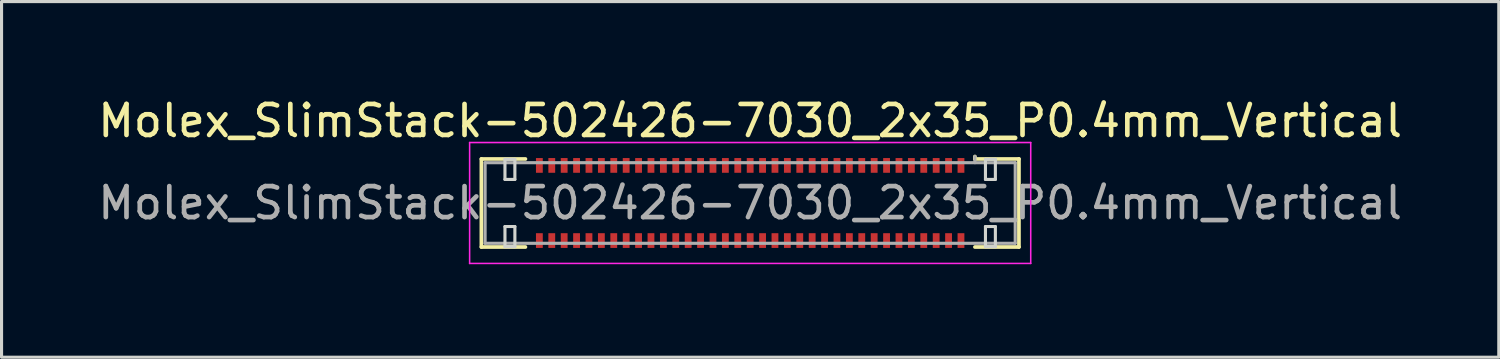
<source format=kicad_pcb>
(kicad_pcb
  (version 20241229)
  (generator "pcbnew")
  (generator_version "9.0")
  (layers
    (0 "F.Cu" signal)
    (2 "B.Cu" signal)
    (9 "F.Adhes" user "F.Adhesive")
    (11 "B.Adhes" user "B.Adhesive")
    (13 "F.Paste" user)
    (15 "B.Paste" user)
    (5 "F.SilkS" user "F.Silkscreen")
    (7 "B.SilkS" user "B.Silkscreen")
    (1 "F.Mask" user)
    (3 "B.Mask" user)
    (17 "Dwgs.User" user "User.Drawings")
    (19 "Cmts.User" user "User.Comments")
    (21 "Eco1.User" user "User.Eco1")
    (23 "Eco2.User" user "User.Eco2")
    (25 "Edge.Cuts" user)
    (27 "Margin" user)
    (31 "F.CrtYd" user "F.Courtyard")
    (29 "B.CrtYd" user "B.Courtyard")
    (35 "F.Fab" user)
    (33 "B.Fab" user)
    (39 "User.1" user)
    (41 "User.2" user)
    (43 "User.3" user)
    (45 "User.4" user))
  (footprint "Molex_SlimStack-502426-7030_2x35_P0.4mm_Vertical"
    (layer "F.Cu")
    (at 21.149 3.498)
    (property "Reference" "Molex_SlimStack-502426-7030_2x35_P0.4mm_Vertical" (at 0 -2.65 0) (layer "F.SilkS") (effects (font (size 1 1) (thickness 0.15))))
    (attr smd)
    (fp_line (start -8.67 -1.42) (end -7.25 -1.42) (stroke (width 0.12) (type solid)) (layer "F.SilkS"))
    (fp_line (start -8.67 1.42) (end -8.67 -1.42) (stroke (width 0.12) (type solid)) (layer "F.SilkS"))
    (fp_line (start -7.25 1.42) (end -8.67 1.42) (stroke (width 0.12) (type solid)) (layer "F.SilkS"))
    (fp_line (start 7.25 -1.42) (end 7.25 -1.5) (stroke (width 0.12) (type solid)) (layer "F.SilkS"))
    (fp_line (start 7.25 1.42) (end 8.67 1.42) (stroke (width 0.12) (type solid)) (layer "F.SilkS"))
    (fp_line (start 8.67 -1.42) (end 7.25 -1.42) (stroke (width 0.12) (type solid)) (layer "F.SilkS"))
    (fp_line (start 8.67 1.42) (end 8.67 -1.42) (stroke (width 0.12) (type solid)) (layer "F.SilkS"))
    (fp_line (start -7.91 -1.41) (end -7.91 -0.76) (stroke (width 0.1) (type solid)) (layer "Edge.Cuts"))
    (fp_line (start -7.91 -0.76) (end -7.59 -0.76) (stroke (width 0.1) (type solid)) (layer "Edge.Cuts"))
    (fp_line (start -7.91 0.76) (end -7.91 1.41) (stroke (width 0.1) (type solid)) (layer "Edge.Cuts"))
    (fp_line (start -7.91 1.41) (end -7.59 1.41) (stroke (width 0.1) (type solid)) (layer "Edge.Cuts"))
    (fp_line (start -7.59 -1.41) (end -7.91 -1.41) (stroke (width 0.1) (type solid)) (layer "Edge.Cuts"))
    (fp_line (start -7.59 -0.76) (end -7.59 -1.41) (stroke (width 0.1) (type solid)) (layer "Edge.Cuts"))
    (fp_line (start -7.59 0.76) (end -7.91 0.76) (stroke (width 0.1) (type solid)) (layer "Edge.Cuts"))
    (fp_line (start -7.59 1.41) (end -7.59 0.76) (stroke (width 0.1) (type solid)) (layer "Edge.Cuts"))
    (fp_line (start 7.59 -1.41) (end 7.59 -0.76) (stroke (width 0.1) (type solid)) (layer "Edge.Cuts"))
    (fp_line (start 7.59 -0.76) (end 7.91 -0.76) (stroke (width 0.1) (type solid)) (layer "Edge.Cuts"))
    (fp_line (start 7.59 0.76) (end 7.59 1.41) (stroke (width 0.1) (type solid)) (layer "Edge.Cuts"))
    (fp_line (start 7.59 1.41) (end 7.91 1.41) (stroke (width 0.1) (type solid)) (layer "Edge.Cuts"))
    (fp_line (start 7.91 -1.41) (end 7.59 -1.41) (stroke (width 0.1) (type solid)) (layer "Edge.Cuts"))
    (fp_line (start 7.91 -0.76) (end 7.91 -1.41) (stroke (width 0.1) (type solid)) (layer "Edge.Cuts"))
    (fp_line (start 7.91 0.76) (end 7.59 0.76) (stroke (width 0.1) (type solid)) (layer "Edge.Cuts"))
    (fp_line (start 7.91 1.41) (end 7.91 0.76) (stroke (width 0.1) (type solid)) (layer "Edge.Cuts"))
    (fp_line (start -9.05 -1.95) (end -9.05 1.95) (stroke (width 0.05) (type solid)) (layer "F.CrtYd"))
    (fp_line (start -9.05 1.95) (end 9.05 1.95) (stroke (width 0.05) (type solid)) (layer "F.CrtYd"))
    (fp_line (start 9.05 -1.95) (end -9.05 -1.95) (stroke (width 0.05) (type solid)) (layer "F.CrtYd"))
    (fp_line (start 9.05 1.95) (end 9.05 -1.95) (stroke (width 0.05) (type solid)) (layer "F.CrtYd"))
    (fp_line (start -8.55 -1.3) (end -8.55 1.3) (stroke (width 0.1) (type solid)) (layer "F.Fab"))
    (fp_line (start -8.55 1.3) (end 8.55 1.3) (stroke (width 0.1) (type solid)) (layer "F.Fab"))
    (fp_line (start 7.25 -1.3) (end 7.25 -1.5) (stroke (width 0.1) (type solid)) (layer "F.Fab"))
    (fp_line (start 8.55 -1.3) (end -8.55 -1.3) (stroke (width 0.1) (type solid)) (layer "F.Fab"))
    (fp_line (start 8.55 1.3) (end 8.55 -1.3) (stroke (width 0.1) (type solid)) (layer "F.Fab"))
    (fp_text user "${REFERENCE}" (at 0 0 0) (layer "F.Fab") (effects (font (size 1 1) (thickness 0.15))))
    (pad "1" smd rect (at 6.8 -1.212) (size 0.22 0.475) (layers "F.Cu" "F.Mask" "F.Paste"))
    (pad "2" smd rect (at 6.8 1.212) (size 0.22 0.475) (layers "F.Cu" "F.Mask" "F.Paste"))
    (pad "3" smd rect (at 6.4 -1.212) (size 0.22 0.475) (layers "F.Cu" "F.Mask" "F.Paste"))
    (pad "4" smd rect (at 6.4 1.212) (size 0.22 0.475) (layers "F.Cu" "F.Mask" "F.Paste"))
    (pad "5" smd rect (at 6 -1.212) (size 0.22 0.475) (layers "F.Cu" "F.Mask" "F.Paste"))
    (pad "6" smd rect (at 6 1.212) (size 0.22 0.475) (layers "F.Cu" "F.Mask" "F.Paste"))
    (pad "7" smd rect (at 5.6 -1.212) (size 0.22 0.475) (layers "F.Cu" "F.Mask" "F.Paste"))
    (pad "8" smd rect (at 5.6 1.212) (size 0.22 0.475) (layers "F.Cu" "F.Mask" "F.Paste"))
    (pad "9" smd rect (at 5.2 -1.212) (size 0.22 0.475) (layers "F.Cu" "F.Mask" "F.Paste"))
    (pad "10" smd rect (at 5.2 1.212) (size 0.22 0.475) (layers "F.Cu" "F.Mask" "F.Paste"))
    (pad "11" smd rect (at 4.8 -1.212) (size 0.22 0.475) (layers "F.Cu" "F.Mask" "F.Paste"))
    (pad "12" smd rect (at 4.8 1.212) (size 0.22 0.475) (layers "F.Cu" "F.Mask" "F.Paste"))
    (pad "13" smd rect (at 4.4 -1.212) (size 0.22 0.475) (layers "F.Cu" "F.Mask" "F.Paste"))
    (pad "14" smd rect (at 4.4 1.212) (size 0.22 0.475) (layers "F.Cu" "F.Mask" "F.Paste"))
    (pad "15" smd rect (at 4 -1.212) (size 0.22 0.475) (layers "F.Cu" "F.Mask" "F.Paste"))
    (pad "16" smd rect (at 4 1.212) (size 0.22 0.475) (layers "F.Cu" "F.Mask" "F.Paste"))
    (pad "17" smd rect (at 3.6 -1.212) (size 0.22 0.475) (layers "F.Cu" "F.Mask" "F.Paste"))
    (pad "18" smd rect (at 3.6 1.212) (size 0.22 0.475) (layers "F.Cu" "F.Mask" "F.Paste"))
    (pad "19" smd rect (at 3.2 -1.212) (size 0.22 0.475) (layers "F.Cu" "F.Mask" "F.Paste"))
    (pad "20" smd rect (at 3.2 1.212) (size 0.22 0.475) (layers "F.Cu" "F.Mask" "F.Paste"))
    (pad "21" smd rect (at 2.8 -1.212) (size 0.22 0.475) (layers "F.Cu" "F.Mask" "F.Paste"))
    (pad "22" smd rect (at 2.8 1.212) (size 0.22 0.475) (layers "F.Cu" "F.Mask" "F.Paste"))
    (pad "23" smd rect (at 2.4 -1.212) (size 0.22 0.475) (layers "F.Cu" "F.Mask" "F.Paste"))
    (pad "24" smd rect (at 2.4 1.212) (size 0.22 0.475) (layers "F.Cu" "F.Mask" "F.Paste"))
    (pad "25" smd rect (at 2 -1.212) (size 0.22 0.475) (layers "F.Cu" "F.Mask" "F.Paste"))
    (pad "26" smd rect (at 2 1.212) (size 0.22 0.475) (layers "F.Cu" "F.Mask" "F.Paste"))
    (pad "27" smd rect (at 1.6 -1.212) (size 0.22 0.475) (layers "F.Cu" "F.Mask" "F.Paste"))
    (pad "28" smd rect (at 1.6 1.212) (size 0.22 0.475) (layers "F.Cu" "F.Mask" "F.Paste"))
    (pad "29" smd rect (at 1.2 -1.212) (size 0.22 0.475) (layers "F.Cu" "F.Mask" "F.Paste"))
    (pad "30" smd rect (at 1.2 1.212) (size 0.22 0.475) (layers "F.Cu" "F.Mask" "F.Paste"))
    (pad "31" smd rect (at 0.8 -1.212) (size 0.22 0.475) (layers "F.Cu" "F.Mask" "F.Paste"))
    (pad "32" smd rect (at 0.8 1.212) (size 0.22 0.475) (layers "F.Cu" "F.Mask" "F.Paste"))
    (pad "33" smd rect (at 0.4 -1.212) (size 0.22 0.475) (layers "F.Cu" "F.Mask" "F.Paste"))
    (pad "34" smd rect (at 0.4 1.212) (size 0.22 0.475) (layers "F.Cu" "F.Mask" "F.Paste"))
    (pad "35" smd rect (at 0 -1.212) (size 0.22 0.475) (layers "F.Cu" "F.Mask" "F.Paste"))
    (pad "36" smd rect (at 0 1.212) (size 0.22 0.475) (layers "F.Cu" "F.Mask" "F.Paste"))
    (pad "37" smd rect (at -0.4 -1.212) (size 0.22 0.475) (layers "F.Cu" "F.Mask" "F.Paste"))
    (pad "38" smd rect (at -0.4 1.212) (size 0.22 0.475) (layers "F.Cu" "F.Mask" "F.Paste"))
    (pad "39" smd rect (at -0.8 -1.212) (size 0.22 0.475) (layers "F.Cu" "F.Mask" "F.Paste"))
    (pad "40" smd rect (at -0.8 1.212) (size 0.22 0.475) (layers "F.Cu" "F.Mask" "F.Paste"))
    (pad "41" smd rect (at -1.2 -1.212) (size 0.22 0.475) (layers "F.Cu" "F.Mask" "F.Paste"))
    (pad "42" smd rect (at -1.2 1.212) (size 0.22 0.475) (layers "F.Cu" "F.Mask" "F.Paste"))
    (pad "43" smd rect (at -1.6 -1.212) (size 0.22 0.475) (layers "F.Cu" "F.Mask" "F.Paste"))
    (pad "44" smd rect (at -1.6 1.212) (size 0.22 0.475) (layers "F.Cu" "F.Mask" "F.Paste"))
    (pad "45" smd rect (at -2 -1.212) (size 0.22 0.475) (layers "F.Cu" "F.Mask" "F.Paste"))
    (pad "46" smd rect (at -2 1.212) (size 0.22 0.475) (layers "F.Cu" "F.Mask" "F.Paste"))
    (pad "47" smd rect (at -2.4 -1.212) (size 0.22 0.475) (layers "F.Cu" "F.Mask" "F.Paste"))
    (pad "48" smd rect (at -2.4 1.212) (size 0.22 0.475) (layers "F.Cu" "F.Mask" "F.Paste"))
    (pad "49" smd rect (at -2.8 -1.212) (size 0.22 0.475) (layers "F.Cu" "F.Mask" "F.Paste"))
    (pad "50" smd rect (at -2.8 1.212) (size 0.22 0.475) (layers "F.Cu" "F.Mask" "F.Paste"))
    (pad "51" smd rect (at -3.2 -1.212) (size 0.22 0.475) (layers "F.Cu" "F.Mask" "F.Paste"))
    (pad "52" smd rect (at -3.2 1.212) (size 0.22 0.475) (layers "F.Cu" "F.Mask" "F.Paste"))
    (pad "53" smd rect (at -3.6 -1.212) (size 0.22 0.475) (layers "F.Cu" "F.Mask" "F.Paste"))
    (pad "54" smd rect (at -3.6 1.212) (size 0.22 0.475) (layers "F.Cu" "F.Mask" "F.Paste"))
    (pad "55" smd rect (at -4 -1.212) (size 0.22 0.475) (layers "F.Cu" "F.Mask" "F.Paste"))
    (pad "56" smd rect (at -4 1.212) (size 0.22 0.475) (layers "F.Cu" "F.Mask" "F.Paste"))
    (pad "57" smd rect (at -4.4 -1.212) (size 0.22 0.475) (layers "F.Cu" "F.Mask" "F.Paste"))
    (pad "58" smd rect (at -4.4 1.212) (size 0.22 0.475) (layers "F.Cu" "F.Mask" "F.Paste"))
    (pad "59" smd rect (at -4.8 -1.212) (size 0.22 0.475) (layers "F.Cu" "F.Mask" "F.Paste"))
    (pad "60" smd rect (at -4.8 1.212) (size 0.22 0.475) (layers "F.Cu" "F.Mask" "F.Paste"))
    (pad "61" smd rect (at -5.2 -1.212) (size 0.22 0.475) (layers "F.Cu" "F.Mask" "F.Paste"))
    (pad "62" smd rect (at -5.2 1.212) (size 0.22 0.475) (layers "F.Cu" "F.Mask" "F.Paste"))
    (pad "63" smd rect (at -5.6 -1.212) (size 0.22 0.475) (layers "F.Cu" "F.Mask" "F.Paste"))
    (pad "64" smd rect (at -5.6 1.212) (size 0.22 0.475) (layers "F.Cu" "F.Mask" "F.Paste"))
    (pad "65" smd rect (at -6 -1.212) (size 0.22 0.475) (layers "F.Cu" "F.Mask" "F.Paste"))
    (pad "66" smd rect (at -6 1.212) (size 0.22 0.475) (layers "F.Cu" "F.Mask" "F.Paste"))
    (pad "67" smd rect (at -6.4 -1.212) (size 0.22 0.475) (layers "F.Cu" "F.Mask" "F.Paste"))
    (pad "68" smd rect (at -6.4 1.212) (size 0.22 0.475) (layers "F.Cu" "F.Mask" "F.Paste"))
    (pad "69" smd rect (at -6.8 -1.212) (size 0.22 0.475) (layers "F.Cu" "F.Mask" "F.Paste"))
    (pad "70" smd rect (at -6.8 1.212) (size 0.22 0.475) (layers "F.Cu" "F.Mask" "F.Paste")))
  (gr_rect
    (start -3 -3)
    (end 45.298 8.473)
    (stroke (width 0.1) (type default))
    (fill no)
    (layer "Edge.Cuts")))
</source>
